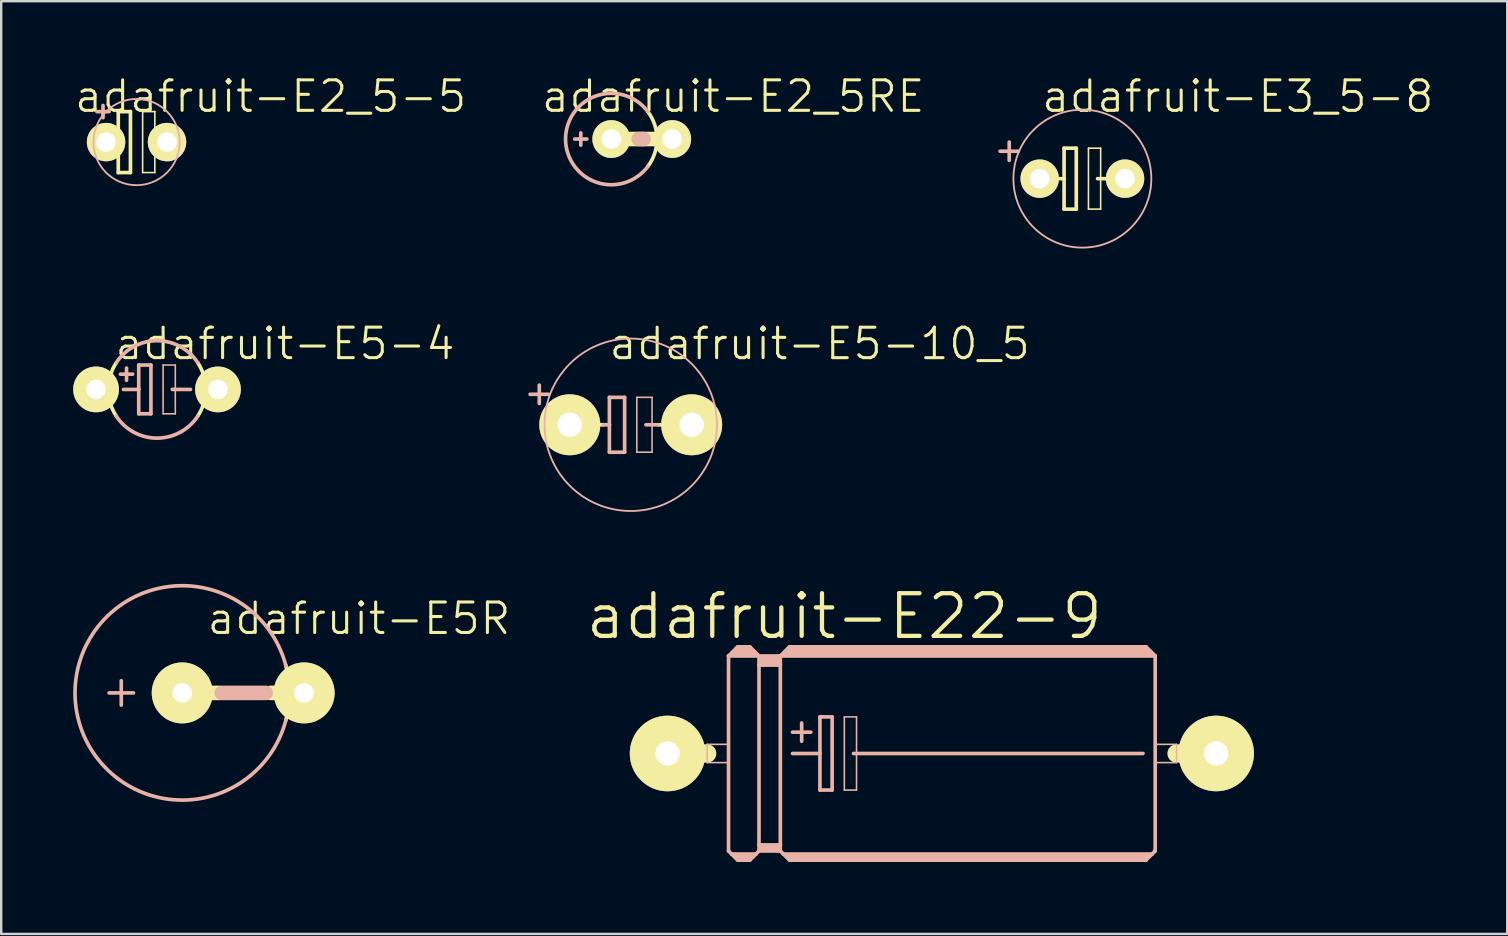
<source format=kicad_pcb>
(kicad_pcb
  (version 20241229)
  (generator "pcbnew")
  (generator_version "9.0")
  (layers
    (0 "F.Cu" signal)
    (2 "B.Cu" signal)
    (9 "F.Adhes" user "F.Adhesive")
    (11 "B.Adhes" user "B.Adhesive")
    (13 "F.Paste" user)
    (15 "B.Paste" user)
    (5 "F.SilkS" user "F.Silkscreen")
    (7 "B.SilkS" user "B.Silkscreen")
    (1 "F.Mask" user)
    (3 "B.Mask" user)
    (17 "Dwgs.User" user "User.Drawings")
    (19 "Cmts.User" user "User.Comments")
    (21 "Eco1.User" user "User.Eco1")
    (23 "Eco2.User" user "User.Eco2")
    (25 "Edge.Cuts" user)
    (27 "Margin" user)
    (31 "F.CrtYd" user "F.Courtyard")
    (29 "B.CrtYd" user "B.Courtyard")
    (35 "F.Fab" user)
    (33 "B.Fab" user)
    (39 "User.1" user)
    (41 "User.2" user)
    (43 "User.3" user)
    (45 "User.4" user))
  (footprint "adafruit-E2_5-5"
    (layer "F.Cu")
    (at 2.64 2.871)
    (property "Reference" "adafruit-E2_5-5" (at 5.588 -1.905 0) (layer "F.SilkS") (effects (font (size 1.27 1.27) (thickness 0.127))))
    (attr exclude_from_pos_files exclude_from_bom)
    (fp_line (start -1.651 0) (end -0.762 0) (stroke (width 0.152) (type solid)) (layer "F.SilkS"))
    (fp_line (start -0.762 -1.27) (end -0.762 0) (stroke (width 0.152) (type solid)) (layer "F.SilkS"))
    (fp_line (start -0.762 0) (end -0.762 1.27) (stroke (width 0.152) (type solid)) (layer "F.SilkS"))
    (fp_line (start -0.762 1.27) (end -0.254 1.27) (stroke (width 0.152) (type solid)) (layer "F.SilkS"))
    (fp_line (start -0.254 -1.27) (end -0.762 -1.27) (stroke (width 0.152) (type solid)) (layer "F.SilkS"))
    (fp_line (start -0.254 1.27) (end -0.254 -1.27) (stroke (width 0.152) (type solid)) (layer "F.SilkS"))
    (fp_line (start 0.254 -1.27) (end 0.762 -1.27) (stroke (width 0.066) (type solid)) (layer "F.SilkS"))
    (fp_line (start 0.254 1.27) (end 0.254 -1.27) (stroke (width 0.066) (type solid)) (layer "F.SilkS"))
    (fp_line (start 0.254 1.27) (end 0.762 1.27) (stroke (width 0.066) (type solid)) (layer "F.SilkS"))
    (fp_line (start 0.635 0) (end 1.651 0) (stroke (width 0.152) (type solid)) (layer "F.SilkS"))
    (fp_line (start 0.762 1.27) (end 0.762 -1.27) (stroke (width 0.066) (type solid)) (layer "F.SilkS"))
    (fp_line (start -1.651 -1.27) (end -1.397 -1.27) (stroke (width 0.152) (type solid)) (layer "B.SilkS"))
    (fp_line (start -1.397 -1.27) (end -1.397 -1.524) (stroke (width 0.152) (type solid)) (layer "B.SilkS"))
    (fp_line (start -1.397 -1.27) (end -1.143 -1.27) (stroke (width 0.152) (type solid)) (layer "B.SilkS"))
    (fp_line (start -1.397 -1.016) (end -1.397 -1.27) (stroke (width 0.152) (type solid)) (layer "B.SilkS"))
    (fp_circle (center 0 0) (end -1.27 1.27) (stroke (width 0.076) (type solid)) (fill no) (layer "B.SilkS"))
    (pad "+" thru_hole circle (at -1.27 0) (size 1.6 1.6) (drill 0.813) (layers "*.Cu" "F.Mask" "F.SilkS" "F.Paste"))
    (pad "-" thru_hole circle (at 1.27 0) (size 1.6 1.6) (drill 0.813) (layers "*.Cu" "F.Mask" "F.SilkS" "F.Paste")))
  (footprint "adafruit-E3_5-8"
    (layer "F.Cu")
    (at 42.053 4.395)
    (property "Reference" "adafruit-E3_5-8" (at 6.477 -3.429 0) (layer "F.SilkS") (effects (font (size 1.27 1.27) (thickness 0.127))))
    (attr exclude_from_pos_files exclude_from_bom)
    (fp_line (start -1.651 0) (end -0.762 0) (stroke (width 0.152) (type solid)) (layer "F.SilkS"))
    (fp_line (start -0.762 -1.27) (end -0.762 0) (stroke (width 0.152) (type solid)) (layer "F.SilkS"))
    (fp_line (start -0.762 0) (end -0.762 1.27) (stroke (width 0.152) (type solid)) (layer "F.SilkS"))
    (fp_line (start -0.762 1.27) (end -0.254 1.27) (stroke (width 0.152) (type solid)) (layer "F.SilkS"))
    (fp_line (start -0.254 -1.27) (end -0.762 -1.27) (stroke (width 0.152) (type solid)) (layer "F.SilkS"))
    (fp_line (start -0.254 1.27) (end -0.254 -1.27) (stroke (width 0.152) (type solid)) (layer "F.SilkS"))
    (fp_line (start 0.254 -1.27) (end 0.762 -1.27) (stroke (width 0.066) (type solid)) (layer "F.SilkS"))
    (fp_line (start 0.254 1.27) (end 0.254 -1.27) (stroke (width 0.066) (type solid)) (layer "F.SilkS"))
    (fp_line (start 0.254 1.27) (end 0.762 1.27) (stroke (width 0.066) (type solid)) (layer "F.SilkS"))
    (fp_line (start 0.635 0) (end 1.651 0) (stroke (width 0.152) (type solid)) (layer "F.SilkS"))
    (fp_line (start 0.762 1.27) (end 0.762 -1.27) (stroke (width 0.066) (type solid)) (layer "F.SilkS"))
    (fp_line (start -3.429 -1.143) (end -2.667 -1.143) (stroke (width 0.152) (type solid)) (layer "B.SilkS"))
    (fp_line (start -3.048 -0.762) (end -3.048 -1.524) (stroke (width 0.152) (type solid)) (layer "B.SilkS"))
    (fp_circle (center 0 0) (end -2.032 2.032) (stroke (width 0.076) (type solid)) (fill no) (layer "B.SilkS"))
    (pad "+" thru_hole circle (at -1.778 0) (size 1.6 1.6) (drill 0.813) (layers "*.Cu" "F.Mask" "F.SilkS" "F.Paste"))
    (pad "-" thru_hole circle (at 1.778 0) (size 1.6 1.6) (drill 0.813) (layers "*.Cu" "F.Mask" "F.SilkS" "F.Paste")))
  (footprint "adafruit-E2_5RE"
    (layer "F.Cu")
    (at 23.692 2.744)
    (property "Reference" "adafruit-E2_5RE" (at 3.81 -1.778 0) (layer "F.SilkS") (effects (font (size 1.27 1.27) (thickness 0.127))))
    (attr exclude_from_pos_files exclude_from_bom)
    (fp_line (start 1.27 0) (end -1.27 0) (stroke (width 0.61) (type solid)) (layer "F.SilkS"))
    (fp_arc (start 0.254 -1.143) (mid 0.635 -0.000662) (end 0.254794 1.141941) (stroke (width 0.1524) (type solid)) (layer "F.SilkS"))
    (fp_line (start -2.794 0) (end -2.286 0) (stroke (width 0.152) (type solid)) (layer "B.SilkS"))
    (fp_line (start -2.54 0.254) (end -2.54 -0.254) (stroke (width 0.152) (type solid)) (layer "B.SilkS"))
    (fp_line (start -0.127 0) (end 0.076 0) (stroke (width 0.61) (type solid)) (layer "B.SilkS"))
    (fp_arc (start 0.254 1.143) (mid -3.175 0.001001) (end 0.252798 -1.144601) (stroke (width 0.1524) (type solid)) (layer "B.SilkS"))
    (pad "+" thru_hole circle (at -1.27 0) (size 1.575 1.575) (drill 0.813) (layers "*.Cu" "F.Mask" "F.SilkS" "F.Paste"))
    (pad "-" thru_hole circle (at 1.27 0) (size 1.575 1.575) (drill 0.813) (layers "*.Cu" "F.Mask" "F.SilkS" "F.Paste")))
  (footprint "adafruit-E22-9"
    (layer "F.Cu")
    (at 36.198 28.348)
    (property "Reference" "adafruit-E22-9" (at -4.064 -5.715 0) (layer "F.SilkS") (effects (font (size 1.778 1.778) (thickness 0.178))))
    (attr exclude_from_pos_files exclude_from_bom)
    (fp_line (start -11.43 0) (end -9.779 0) (stroke (width 0.762) (type solid)) (layer "F.SilkS"))
    (fp_line (start 11.43 0) (end 9.779 0) (stroke (width 0.762) (type solid)) (layer "F.SilkS"))
    (fp_line (start -9.779 -0.381) (end -8.89 -0.381) (stroke (width 0.066) (type solid)) (layer "B.SilkS"))
    (fp_line (start -9.779 0.381) (end -9.779 -0.381) (stroke (width 0.066) (type solid)) (layer "B.SilkS"))
    (fp_line (start -9.779 0.381) (end -8.89 0.381) (stroke (width 0.066) (type solid)) (layer "B.SilkS"))
    (fp_line (start -8.89 -4.064) (end -8.89 4.064) (stroke (width 0.152) (type solid)) (layer "B.SilkS"))
    (fp_line (start -8.89 -4.064) (end -8.509 -4.445) (stroke (width 0.152) (type solid)) (layer "B.SilkS"))
    (fp_line (start -8.89 -4.064) (end -7.62 -4.064) (stroke (width 0.152) (type solid)) (layer "B.SilkS"))
    (fp_line (start -8.89 0.381) (end -8.89 -0.381) (stroke (width 0.066) (type solid)) (layer "B.SilkS"))
    (fp_line (start -8.89 4.064) (end -8.76 4.191) (stroke (width 0.152) (type solid)) (layer "B.SilkS"))
    (fp_line (start -8.76 4.191) (end -8.509 4.445) (stroke (width 0.152) (type solid)) (layer "B.SilkS"))
    (fp_line (start -8.76 4.191) (end -7.747 4.191) (stroke (width 0.152) (type solid)) (layer "B.SilkS"))
    (fp_line (start -8.636 -4.191) (end -7.874 -4.191) (stroke (width 0.305) (type solid)) (layer "B.SilkS"))
    (fp_line (start -8.509 -4.445) (end -8.001 -4.445) (stroke (width 0.152) (type solid)) (layer "B.SilkS"))
    (fp_line (start -8.509 -4.318) (end -8.001 -4.318) (stroke (width 0.305) (type solid)) (layer "B.SilkS"))
    (fp_line (start -8.509 4.318) (end -8.001 4.318) (stroke (width 0.254) (type solid)) (layer "B.SilkS"))
    (fp_line (start -8.509 4.445) (end -8.001 4.445) (stroke (width 0.152) (type solid)) (layer "B.SilkS"))
    (fp_line (start -7.747 4.191) (end -8.001 4.445) (stroke (width 0.152) (type solid)) (layer "B.SilkS"))
    (fp_line (start -7.62 -4.064) (end -8.001 -4.445) (stroke (width 0.152) (type solid)) (layer "B.SilkS"))
    (fp_line (start -7.62 -4.064) (end -7.62 -3.683) (stroke (width 0.152) (type solid)) (layer "B.SilkS"))
    (fp_line (start -7.62 -4.064) (end -6.731 -4.064) (stroke (width 0.152) (type solid)) (layer "B.SilkS"))
    (fp_line (start -7.62 -3.683) (end -6.731 -3.683) (stroke (width 0.152) (type solid)) (layer "B.SilkS"))
    (fp_line (start -7.62 3.81) (end -7.62 -3.683) (stroke (width 0.152) (type solid)) (layer "B.SilkS"))
    (fp_line (start -7.62 3.81) (end -6.731 3.81) (stroke (width 0.152) (type solid)) (layer "B.SilkS"))
    (fp_line (start -7.62 4.064) (end -7.747 4.191) (stroke (width 0.152) (type solid)) (layer "B.SilkS"))
    (fp_line (start -7.62 4.064) (end -7.62 3.81) (stroke (width 0.152) (type solid)) (layer "B.SilkS"))
    (fp_line (start -7.62 4.064) (end -6.731 4.064) (stroke (width 0.152) (type solid)) (layer "B.SilkS"))
    (fp_line (start -7.493 -3.937) (end -6.858 -3.937) (stroke (width 0.305) (type solid)) (layer "B.SilkS"))
    (fp_line (start -7.493 -3.81) (end -6.858 -3.81) (stroke (width 0.305) (type solid)) (layer "B.SilkS"))
    (fp_line (start -7.493 3.937) (end -6.858 3.937) (stroke (width 0.254) (type solid)) (layer "B.SilkS"))
    (fp_line (start -6.731 -4.064) (end -6.731 -3.683) (stroke (width 0.152) (type solid)) (layer "B.SilkS"))
    (fp_line (start -6.731 -4.064) (end 8.89 -4.064) (stroke (width 0.152) (type solid)) (layer "B.SilkS"))
    (fp_line (start -6.731 -3.683) (end -6.731 3.81) (stroke (width 0.152) (type solid)) (layer "B.SilkS"))
    (fp_line (start -6.731 3.81) (end -6.731 4.064) (stroke (width 0.152) (type solid)) (layer "B.SilkS"))
    (fp_line (start -6.604 4.191) (end -6.731 4.064) (stroke (width 0.152) (type solid)) (layer "B.SilkS"))
    (fp_line (start -6.604 4.191) (end 8.76 4.191) (stroke (width 0.152) (type solid)) (layer "B.SilkS"))
    (fp_line (start -6.477 -4.191) (end 8.636 -4.191) (stroke (width 0.305) (type solid)) (layer "B.SilkS"))
    (fp_line (start -6.35 -4.445) (end -6.731 -4.064) (stroke (width 0.152) (type solid)) (layer "B.SilkS"))
    (fp_line (start -6.35 -4.445) (end 8.509 -4.445) (stroke (width 0.152) (type solid)) (layer "B.SilkS"))
    (fp_line (start -6.35 -4.318) (end 8.509 -4.318) (stroke (width 0.305) (type solid)) (layer "B.SilkS"))
    (fp_line (start -6.35 4.318) (end 8.509 4.318) (stroke (width 0.254) (type solid)) (layer "B.SilkS"))
    (fp_line (start -6.35 4.445) (end -6.604 4.191) (stroke (width 0.152) (type solid)) (layer "B.SilkS"))
    (fp_line (start -6.35 4.445) (end 8.509 4.445) (stroke (width 0.152) (type solid)) (layer "B.SilkS"))
    (fp_line (start -6.223 -0.889) (end -5.461 -0.889) (stroke (width 0.152) (type solid)) (layer "B.SilkS"))
    (fp_line (start -6.223 0) (end -5.08 0) (stroke (width 0.152) (type solid)) (layer "B.SilkS"))
    (fp_line (start -5.842 -1.27) (end -5.842 -0.508) (stroke (width 0.152) (type solid)) (layer "B.SilkS"))
    (fp_line (start -5.08 -1.524) (end -5.08 0) (stroke (width 0.152) (type solid)) (layer "B.SilkS"))
    (fp_line (start -5.08 0) (end -5.08 1.524) (stroke (width 0.152) (type solid)) (layer "B.SilkS"))
    (fp_line (start -5.08 1.524) (end -4.572 1.524) (stroke (width 0.152) (type solid)) (layer "B.SilkS"))
    (fp_line (start -4.572 -1.524) (end -5.08 -1.524) (stroke (width 0.152) (type solid)) (layer "B.SilkS"))
    (fp_line (start -4.572 1.524) (end -4.572 -1.524) (stroke (width 0.152) (type solid)) (layer "B.SilkS"))
    (fp_line (start -4.064 -1.524) (end -3.556 -1.524) (stroke (width 0.066) (type solid)) (layer "B.SilkS"))
    (fp_line (start -4.064 1.524) (end -4.064 -1.524) (stroke (width 0.066) (type solid)) (layer "B.SilkS"))
    (fp_line (start -4.064 1.524) (end -3.556 1.524) (stroke (width 0.066) (type solid)) (layer "B.SilkS"))
    (fp_line (start -3.683 0) (end 8.382 0) (stroke (width 0.152) (type solid)) (layer "B.SilkS"))
    (fp_line (start -3.556 1.524) (end -3.556 -1.524) (stroke (width 0.066) (type solid)) (layer "B.SilkS"))
    (fp_line (start 8.509 -4.445) (end 8.89 -4.064) (stroke (width 0.152) (type solid)) (layer "B.SilkS"))
    (fp_line (start 8.509 4.445) (end 8.76 4.191) (stroke (width 0.152) (type solid)) (layer "B.SilkS"))
    (fp_line (start 8.76 4.191) (end 8.89 4.064) (stroke (width 0.152) (type solid)) (layer "B.SilkS"))
    (fp_line (start 8.89 -4.064) (end 8.89 4.064) (stroke (width 0.152) (type solid)) (layer "B.SilkS"))
    (fp_line (start 8.89 -0.381) (end 9.779 -0.381) (stroke (width 0.066) (type solid)) (layer "B.SilkS"))
    (fp_line (start 8.89 0.381) (end 8.89 -0.381) (stroke (width 0.066) (type solid)) (layer "B.SilkS"))
    (fp_line (start 8.89 0.381) (end 9.779 0.381) (stroke (width 0.066) (type solid)) (layer "B.SilkS"))
    (fp_line (start 9.779 0.381) (end 9.779 -0.381) (stroke (width 0.066) (type solid)) (layer "B.SilkS"))
    (pad "+" thru_hole circle (at -11.43 0) (size 3.15 3.15) (drill 1.016) (layers "*.Cu" "F.Mask" "F.SilkS" "F.Paste"))
    (pad "-" thru_hole circle (at 11.43 0) (size 3.15 3.15) (drill 1.016) (layers "*.Cu" "F.Mask" "F.SilkS" "F.Paste")))
  (footprint "adafruit-E5R"
    (layer "F.Cu")
    (at 7.083 25.824)
    (property "Reference" "adafruit-E5R" (at 4.826 -3.099 0) (layer "F.SilkS") (effects (font (size 1.27 1.27) (thickness 0.127))))
    (attr exclude_from_pos_files exclude_from_bom)
    (fp_line (start -2.54 0) (end -1.016 0) (stroke (width 0.61) (type solid)) (layer "F.SilkS"))
    (fp_line (start 2.54 0) (end 1.143 0) (stroke (width 0.61) (type solid)) (layer "F.SilkS"))
    (fp_arc (start 1.77292 -1.16078) (mid 1.926377 -0.012757) (end 1.77948 1.136124) (stroke (width 0.1524) (type solid)) (layer "F.SilkS"))
    (fp_line (start -5.588 0) (end -4.572 0) (stroke (width 0.152) (type solid)) (layer "B.SilkS"))
    (fp_line (start -5.08 0.508) (end -5.08 -0.508) (stroke (width 0.152) (type solid)) (layer "B.SilkS"))
    (fp_line (start -0.889 0) (end 0.94 0) (stroke (width 0.61) (type solid)) (layer "B.SilkS"))
    (fp_arc (start 1.778 1.143) (mid -7.006714 -0.005962) (end 1.781036 -1.131468) (stroke (width 0.1524) (type solid)) (layer "B.SilkS"))
    (pad "+" thru_hole circle (at -2.54 0) (size 2.54 2.54) (drill 0.813) (layers "*.Cu" "F.Mask" "F.SilkS" "F.Paste"))
    (pad "-" thru_hole circle (at 2.54 0) (size 2.54 2.54) (drill 0.813) (layers "*.Cu" "F.Mask" "F.SilkS" "F.Paste")))
  (footprint "adafruit-E5-10_5"
    (layer "F.Cu")
    (at 23.233 14.651)
    (property "Reference" "adafruit-E5-10_5" (at 7.874 -3.378 0) (layer "F.SilkS") (effects (font (size 1.27 1.27) (thickness 0.127))))
    (attr exclude_from_pos_files exclude_from_bom)
    (fp_line (start -1.651 0) (end -1.143 0) (stroke (width 0.152) (type solid)) (layer "F.SilkS"))
    (fp_line (start 1.143 0) (end 1.651 0) (stroke (width 0.152) (type solid)) (layer "F.SilkS"))
    (fp_line (start -3.81 -1.651) (end -3.81 -0.889) (stroke (width 0.152) (type solid)) (layer "B.SilkS"))
    (fp_line (start -3.429 -1.27) (end -4.191 -1.27) (stroke (width 0.152) (type solid)) (layer "B.SilkS"))
    (fp_line (start -1.143 0) (end -0.889 0) (stroke (width 0.152) (type solid)) (layer "B.SilkS"))
    (fp_line (start -0.889 -1.143) (end -0.889 0) (stroke (width 0.152) (type solid)) (layer "B.SilkS"))
    (fp_line (start -0.889 0) (end -0.889 1.143) (stroke (width 0.152) (type solid)) (layer "B.SilkS"))
    (fp_line (start -0.889 1.143) (end -0.254 1.143) (stroke (width 0.152) (type solid)) (layer "B.SilkS"))
    (fp_line (start -0.254 -1.143) (end -0.889 -1.143) (stroke (width 0.152) (type solid)) (layer "B.SilkS"))
    (fp_line (start -0.254 1.143) (end -0.254 -1.143) (stroke (width 0.152) (type solid)) (layer "B.SilkS"))
    (fp_line (start 0.254 -1.143) (end 0.889 -1.143) (stroke (width 0.066) (type solid)) (layer "B.SilkS"))
    (fp_line (start 0.254 1.143) (end 0.254 -1.143) (stroke (width 0.066) (type solid)) (layer "B.SilkS"))
    (fp_line (start 0.254 1.143) (end 0.889 1.143) (stroke (width 0.066) (type solid)) (layer "B.SilkS"))
    (fp_line (start 0.635 0) (end 1.143 0) (stroke (width 0.152) (type solid)) (layer "B.SilkS"))
    (fp_line (start 0.889 1.143) (end 0.889 -1.143) (stroke (width 0.066) (type solid)) (layer "B.SilkS"))
    (fp_circle (center 0 0) (end -2.54 2.54) (stroke (width 0.076) (type solid)) (fill no) (layer "B.SilkS"))
    (pad "+" thru_hole circle (at -2.54 0) (size 2.54 2.54) (drill 1.016) (layers "*.Cu" "F.Mask" "F.SilkS" "F.Paste"))
    (pad "-" thru_hole circle (at 2.54 0) (size 2.54 2.54) (drill 1.016) (layers "*.Cu" "F.Mask" "F.SilkS" "F.Paste")))
  (footprint "adafruit-E5-4"
    (layer "F.Cu")
    (at 3.493 13.177)
    (property "Reference" "adafruit-E5-4" (at 5.334 -1.905 0) (layer "F.SilkS") (effects (font (size 1.27 1.27) (thickness 0.127))))
    (attr exclude_from_pos_files exclude_from_bom)
    (fp_arc (start -1.69672 1.11506) (mid -2.030323 0.002209) (end -1.699143 -1.111365) (stroke (width 0.1524) (type solid)) (layer "F.SilkS"))
    (fp_arc (start 1.69672 -1.11506) (mid 2.030323 -0.002209) (end 1.699143 1.111365) (stroke (width 0.1524) (type solid)) (layer "F.SilkS"))
    (fp_line (start -1.524 -0.635) (end -1.016 -0.635) (stroke (width 0.152) (type solid)) (layer "B.SilkS"))
    (fp_line (start -1.397 0) (end -0.762 0) (stroke (width 0.152) (type solid)) (layer "B.SilkS"))
    (fp_line (start -1.27 -0.381) (end -1.27 -0.889) (stroke (width 0.152) (type solid)) (layer "B.SilkS"))
    (fp_line (start -0.762 -1.016) (end -0.762 0) (stroke (width 0.152) (type solid)) (layer "B.SilkS"))
    (fp_line (start -0.762 0) (end -0.762 1.016) (stroke (width 0.152) (type solid)) (layer "B.SilkS"))
    (fp_line (start -0.762 1.016) (end -0.254 1.016) (stroke (width 0.152) (type solid)) (layer "B.SilkS"))
    (fp_line (start -0.254 -1.016) (end -0.762 -1.016) (stroke (width 0.152) (type solid)) (layer "B.SilkS"))
    (fp_line (start -0.254 1.016) (end -0.254 -1.016) (stroke (width 0.152) (type solid)) (layer "B.SilkS"))
    (fp_line (start 0.254 -1.016) (end 0.762 -1.016) (stroke (width 0.066) (type solid)) (layer "B.SilkS"))
    (fp_line (start 0.254 1.016) (end 0.254 -1.016) (stroke (width 0.066) (type solid)) (layer "B.SilkS"))
    (fp_line (start 0.254 1.016) (end 0.762 1.016) (stroke (width 0.066) (type solid)) (layer "B.SilkS"))
    (fp_line (start 0.635 0) (end 1.397 0) (stroke (width 0.152) (type solid)) (layer "B.SilkS"))
    (fp_line (start 0.762 1.016) (end 0.762 -1.016) (stroke (width 0.066) (type solid)) (layer "B.SilkS"))
    (fp_arc (start -1.69672 -1.11506) (mid 0.000437 -2.030324) (end 1.6972 -1.114329) (stroke (width 0.1524) (type solid)) (layer "B.SilkS"))
    (fp_arc (start 1.69672 1.11506) (mid -0.000437 2.030324) (end -1.6972 1.114329) (stroke (width 0.1524) (type solid)) (layer "B.SilkS"))
    (pad "+" thru_hole circle (at -2.54 0) (size 1.905 1.905) (drill 0.813) (layers "*.Cu" "F.Mask" "F.SilkS" "F.Paste"))
    (pad "-" thru_hole circle (at 2.54 0) (size 1.905 1.905) (drill 0.813) (layers "*.Cu" "F.Mask" "F.SilkS" "F.Paste")))
  (gr_rect
    (start -3 -3)
    (end 59.758 35.869)
    (stroke (width 0.1) (type default))
    (fill no)
    (layer "Edge.Cuts")))
</source>
